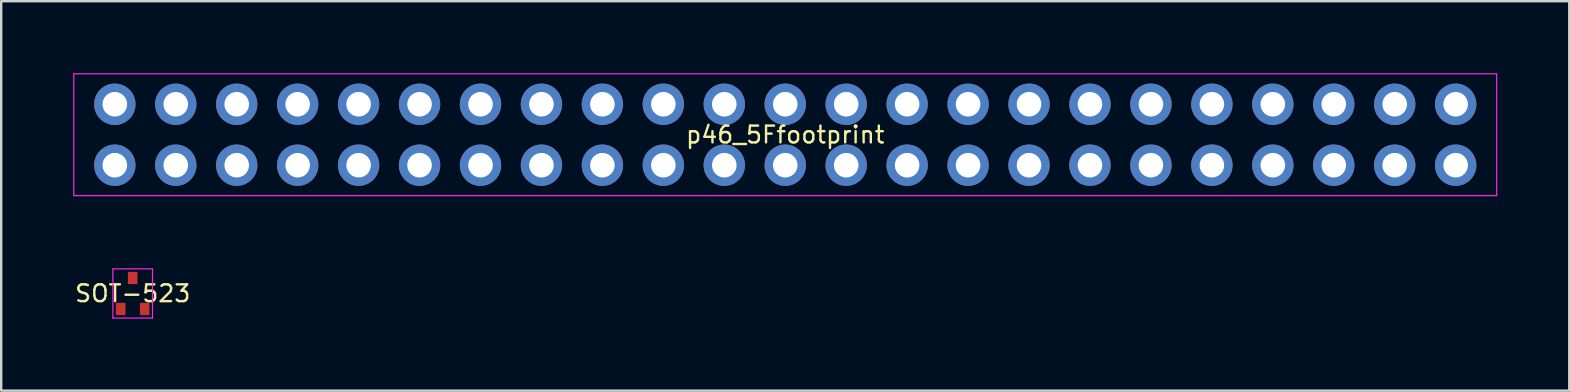
<source format=kicad_pcb>
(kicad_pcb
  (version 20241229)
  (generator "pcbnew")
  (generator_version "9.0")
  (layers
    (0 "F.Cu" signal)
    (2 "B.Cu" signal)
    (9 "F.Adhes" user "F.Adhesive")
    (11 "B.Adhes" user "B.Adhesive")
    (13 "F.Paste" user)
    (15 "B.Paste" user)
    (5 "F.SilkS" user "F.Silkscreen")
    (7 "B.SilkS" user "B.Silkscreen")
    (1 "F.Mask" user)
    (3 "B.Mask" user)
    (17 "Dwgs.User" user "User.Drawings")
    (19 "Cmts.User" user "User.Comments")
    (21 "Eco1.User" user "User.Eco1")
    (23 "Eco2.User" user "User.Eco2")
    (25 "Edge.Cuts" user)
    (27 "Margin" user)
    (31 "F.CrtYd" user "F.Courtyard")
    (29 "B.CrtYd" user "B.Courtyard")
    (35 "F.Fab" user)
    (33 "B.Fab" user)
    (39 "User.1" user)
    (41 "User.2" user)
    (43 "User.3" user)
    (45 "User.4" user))
  (footprint "SOT-523"
    (layer "F.Cu")
    (at 2.48 9.18)
    (property "Reference" "SOT-523" (at 0 0 0) (layer "F.SilkS") (effects (font (size 0.7 0.7) (thickness 0.1))))
    (attr through_hole)
    (fp_poly (pts (xy -0.7 0.9) (xy -0.3 0.9) (xy -0.3 0.39) (xy -0.7 0.39)) (stroke (width 0) (type solid)) (fill yes) (layer "F.Mask"))
    (fp_poly (pts (xy -0.2 -0.39) (xy 0.2 -0.39) (xy 0.2 -0.9) (xy -0.2 -0.9)) (stroke (width 0) (type solid)) (fill yes) (layer "F.Mask"))
    (fp_poly (pts (xy 0.3 0.9) (xy 0.7 0.9) (xy 0.7 0.39) (xy 0.3 0.39)) (stroke (width 0) (type solid)) (fill yes) (layer "F.Mask"))
    (fp_poly (pts (xy -0.7 0.9) (xy -0.3 0.9) (xy -0.3 0.39) (xy -0.7 0.39)) (stroke (width 0) (type solid)) (fill yes) (layer "F.Paste"))
    (fp_poly (pts (xy -0.2 -0.39) (xy 0.2 -0.39) (xy 0.2 -0.9) (xy -0.2 -0.9)) (stroke (width 0) (type solid)) (fill yes) (layer "F.Paste"))
    (fp_poly (pts (xy 0.3 0.9) (xy 0.7 0.9) (xy 0.7 0.39) (xy 0.3 0.39)) (stroke (width 0) (type solid)) (fill yes) (layer "F.Paste"))
    (fp_line (start -0.825 -1.025) (end -0.825 1.025) (stroke (width 0.05) (type solid)) (layer "F.CrtYd"))
    (fp_line (start -0.825 1.025) (end 0.825 1.025) (stroke (width 0.05) (type solid)) (layer "F.CrtYd"))
    (fp_line (start 0.825 -1.025) (end -0.825 -1.025) (stroke (width 0.05) (type solid)) (layer "F.CrtYd"))
    (fp_line (start 0.825 1.025) (end 0.825 -1.025) (stroke (width 0.05) (type solid)) (layer "F.CrtYd"))
    (pad "1" smd rect (at 0 -0.645) (size 0.4 0.51) (layers "F.Cu"))
    (pad "2" smd rect (at -0.5 0.645) (size 0.4 0.51) (layers "F.Cu"))
    (pad "3" smd rect (at 0.5 0.645) (size 0.4 0.51) (layers "F.Cu")))
  (footprint "p46_5Ffootprint"
    (layer "F.Cu")
    (at 29.675 2.565)
    (property "Reference" "p46_5Ffootprint" (at 0 0 0) (layer "F.SilkS") (effects (font (size 0.7 0.7) (thickness 0.1))))
    (attr through_hole)
    (fp_line (start -29.65 -2.54) (end -29.65 2.54) (stroke (width 0.05) (type solid)) (layer "F.CrtYd"))
    (fp_line (start -29.65 2.54) (end 29.65 2.54) (stroke (width 0.05) (type solid)) (layer "F.CrtYd"))
    (fp_line (start 29.65 -2.54) (end -29.65 -2.54) (stroke (width 0.05) (type solid)) (layer "F.CrtYd"))
    (fp_line (start 29.65 2.54) (end 29.65 -2.54) (stroke (width 0.05) (type solid)) (layer "F.CrtYd"))
    (pad "1" thru_hole circle (at 27.94 -1.27) (size 1.725 1.725) (drill 1.025) (layers "*.Cu" "*.Mask"))
    (pad "2" thru_hole circle (at 27.94 1.27) (size 1.725 1.725) (drill 1.025) (layers "*.Cu" "*.Mask"))
    (pad "3" thru_hole circle (at 25.4 -1.27) (size 1.725 1.725) (drill 1.025) (layers "*.Cu" "*.Mask"))
    (pad "4" thru_hole circle (at 25.4 1.27) (size 1.725 1.725) (drill 1.025) (layers "*.Cu" "*.Mask"))
    (pad "5" thru_hole circle (at 22.86 -1.27) (size 1.725 1.725) (drill 1.025) (layers "*.Cu" "*.Mask"))
    (pad "6" thru_hole circle (at 22.86 1.27) (size 1.725 1.725) (drill 1.025) (layers "*.Cu" "*.Mask"))
    (pad "7" thru_hole circle (at 20.32 -1.27) (size 1.725 1.725) (drill 1.025) (layers "*.Cu" "*.Mask"))
    (pad "8" thru_hole circle (at 20.32 1.27) (size 1.725 1.725) (drill 1.025) (layers "*.Cu" "*.Mask"))
    (pad "9" thru_hole circle (at 17.78 -1.27) (size 1.725 1.725) (drill 1.025) (layers "*.Cu" "*.Mask"))
    (pad "10" thru_hole circle (at 17.78 1.27) (size 1.725 1.725) (drill 1.025) (layers "*.Cu" "*.Mask"))
    (pad "11" thru_hole circle (at 15.24 -1.27) (size 1.725 1.725) (drill 1.025) (layers "*.Cu" "*.Mask"))
    (pad "12" thru_hole circle (at 15.24 1.27) (size 1.725 1.725) (drill 1.025) (layers "*.Cu" "*.Mask"))
    (pad "13" thru_hole circle (at 12.7 -1.27) (size 1.725 1.725) (drill 1.025) (layers "*.Cu" "*.Mask"))
    (pad "14" thru_hole circle (at 12.7 1.27) (size 1.725 1.725) (drill 1.025) (layers "*.Cu" "*.Mask"))
    (pad "15" thru_hole circle (at 10.16 -1.27) (size 1.725 1.725) (drill 1.025) (layers "*.Cu" "*.Mask"))
    (pad "16" thru_hole circle (at 10.16 1.27) (size 1.725 1.725) (drill 1.025) (layers "*.Cu" "*.Mask"))
    (pad "17" thru_hole circle (at 7.62 -1.27) (size 1.725 1.725) (drill 1.025) (layers "*.Cu" "*.Mask"))
    (pad "18" thru_hole circle (at 7.62 1.27) (size 1.725 1.725) (drill 1.025) (layers "*.Cu" "*.Mask"))
    (pad "19" thru_hole circle (at 5.08 -1.27) (size 1.725 1.725) (drill 1.025) (layers "*.Cu" "*.Mask"))
    (pad "20" thru_hole circle (at 5.08 1.27) (size 1.725 1.725) (drill 1.025) (layers "*.Cu" "*.Mask"))
    (pad "21" thru_hole circle (at 2.54 -1.27) (size 1.725 1.725) (drill 1.025) (layers "*.Cu" "*.Mask"))
    (pad "22" thru_hole circle (at 2.54 1.27) (size 1.725 1.725) (drill 1.025) (layers "*.Cu" "*.Mask"))
    (pad "23" thru_hole circle (at 0 -1.27) (size 1.725 1.725) (drill 1.025) (layers "*.Cu" "*.Mask"))
    (pad "24" thru_hole circle (at 0 1.27) (size 1.725 1.725) (drill 1.025) (layers "*.Cu" "*.Mask"))
    (pad "25" thru_hole circle (at -2.54 -1.27) (size 1.725 1.725) (drill 1.025) (layers "*.Cu" "*.Mask"))
    (pad "26" thru_hole circle (at -2.54 1.27) (size 1.725 1.725) (drill 1.025) (layers "*.Cu" "*.Mask"))
    (pad "27" thru_hole circle (at -5.08 -1.27) (size 1.725 1.725) (drill 1.025) (layers "*.Cu" "*.Mask"))
    (pad "28" thru_hole circle (at -5.08 1.27) (size 1.725 1.725) (drill 1.025) (layers "*.Cu" "*.Mask"))
    (pad "29" thru_hole circle (at -7.62 -1.27) (size 1.725 1.725) (drill 1.025) (layers "*.Cu" "*.Mask"))
    (pad "30" thru_hole circle (at -7.62 1.27) (size 1.725 1.725) (drill 1.025) (layers "*.Cu" "*.Mask"))
    (pad "31" thru_hole circle (at -10.16 -1.27) (size 1.725 1.725) (drill 1.025) (layers "*.Cu" "*.Mask"))
    (pad "32" thru_hole circle (at -10.16 1.27) (size 1.725 1.725) (drill 1.025) (layers "*.Cu" "*.Mask"))
    (pad "33" thru_hole circle (at -12.7 -1.27) (size 1.725 1.725) (drill 1.025) (layers "*.Cu" "*.Mask"))
    (pad "34" thru_hole circle (at -12.7 1.27) (size 1.725 1.725) (drill 1.025) (layers "*.Cu" "*.Mask"))
    (pad "35" thru_hole circle (at -15.24 -1.27) (size 1.725 1.725) (drill 1.025) (layers "*.Cu" "*.Mask"))
    (pad "36" thru_hole circle (at -15.24 1.27) (size 1.725 1.725) (drill 1.025) (layers "*.Cu" "*.Mask"))
    (pad "37" thru_hole circle (at -17.78 -1.27) (size 1.725 1.725) (drill 1.025) (layers "*.Cu" "*.Mask"))
    (pad "38" thru_hole circle (at -17.78 1.27) (size 1.725 1.725) (drill 1.025) (layers "*.Cu" "*.Mask"))
    (pad "39" thru_hole circle (at -20.32 -1.27) (size 1.725 1.725) (drill 1.025) (layers "*.Cu" "*.Mask"))
    (pad "40" thru_hole circle (at -20.32 1.27) (size 1.725 1.725) (drill 1.025) (layers "*.Cu" "*.Mask"))
    (pad "41" thru_hole circle (at -22.86 -1.27) (size 1.725 1.725) (drill 1.025) (layers "*.Cu" "*.Mask"))
    (pad "42" thru_hole circle (at -22.86 1.27) (size 1.725 1.725) (drill 1.025) (layers "*.Cu" "*.Mask"))
    (pad "43" thru_hole circle (at -25.4 -1.27) (size 1.725 1.725) (drill 1.025) (layers "*.Cu" "*.Mask"))
    (pad "44" thru_hole circle (at -25.4 1.27) (size 1.725 1.725) (drill 1.025) (layers "*.Cu" "*.Mask"))
    (pad "45" thru_hole circle (at -27.94 -1.27) (size 1.725 1.725) (drill 1.025) (layers "*.Cu" "*.Mask"))
    (pad "46" thru_hole circle (at -27.94 1.27) (size 1.725 1.725) (drill 1.025) (layers "*.Cu" "*.Mask")))
  (gr_rect
    (start -3 -3)
    (end 62.35 13.23)
    (stroke (width 0.1) (type default))
    (fill no)
    (layer "Edge.Cuts")))
</source>
